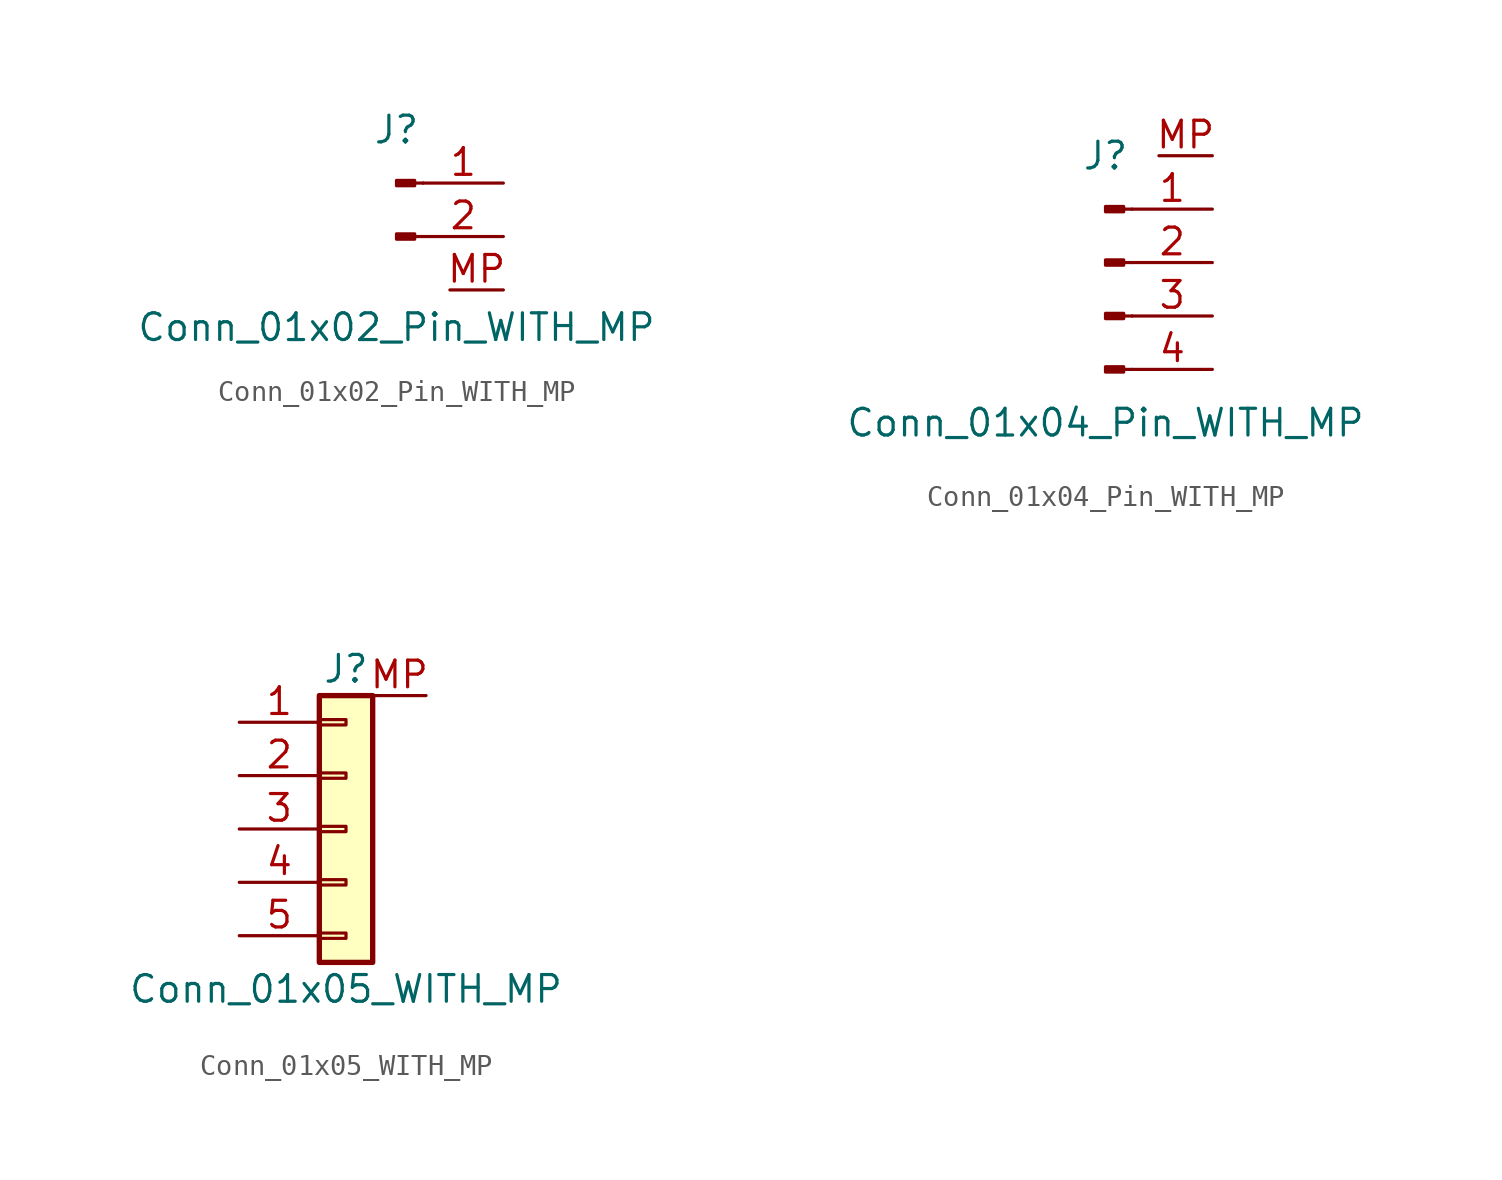
<source format=kicad_sym>
(kicad_symbol_lib
  (version 20241209)
  (generator "kicad_symbol_editor")
  (generator_version "9.0")
  (symbol "Conn_01x02_Pin_WITH_MP"
    (pin_names
      (offset 1.016)
      (hide yes))
    (property "Reference" "J"
      (at 0 2.54 0)
      (effects (font (size 1.27 1.27))))
    (property "Value" "Conn_01x02_Pin_WITH_MP"
      (at 0 -6.858 0)
      (effects (font (size 1.27 1.27))))
    (property "ki_locked" ""
      (at 0 0 0)
      (effects (font (size 1.27 1.27))))
    (symbol "Conn_01x02_Pin_WITH_MP_1_1"
      (rectangle (start 0.864 0.127) (end 0 -0.127) (stroke (width 0.152) (type default)) (fill (type outline)))
      (rectangle (start 0.864 -2.413) (end 0 -2.667) (stroke (width 0.152) (type default)) (fill (type outline)))
      (polyline (pts (xy 1.27 0) (xy 0.864 0)) (stroke (width 0.152) (type default)) (fill (type none)))
      (polyline (pts (xy 1.27 -2.54) (xy 0.864 -2.54)) (stroke (width 0.152) (type default)) (fill (type none)))
      (pin passive line (at 5.08 0 180) (length 3.81) (name "Pin_1" (effects (font (size 1.27 1.27)))) (number "1" (effects (font (size 1.27 1.27)))))
      (pin passive line (at 5.08 -2.54 180) (length 3.81) (name "Pin_2" (effects (font (size 1.27 1.27)))) (number "2" (effects (font (size 1.27 1.27)))))
      (pin unspecified line (at 5.08 -5.08 180) (length 2.54) (name "MP" (effects (font (size 1.27 1.27)))) (number "MP" (effects (font (size 1.27 1.27)))))))
  (symbol "Conn_01x04_Pin_WITH_MP"
    (pin_names
      (offset 1.016)
      (hide yes))
    (property "Reference" "J"
      (at 0 5.08 0)
      (effects (font (size 1.27 1.27))))
    (property "Value" "Conn_01x04_Pin_WITH_MP"
      (at 0 -7.62 0)
      (effects (font (size 1.27 1.27))))
    (property "ki_locked" ""
      (at 0 0 0)
      (effects (font (size 1.27 1.27))))
    (symbol "Conn_01x04_Pin_WITH_MP_1_1"
      (rectangle (start 0 2.667) (end 0.864 2.413) (stroke (width 0.152) (type default)) (fill (type outline)))
      (rectangle (start 0.864 0.127) (end 0 -0.127) (stroke (width 0.152) (type default)) (fill (type outline)))
      (rectangle (start 0.864 -2.413) (end 0 -2.667) (stroke (width 0.152) (type default)) (fill (type outline)))
      (rectangle (start 0.864 -4.953) (end 0 -5.207) (stroke (width 0.152) (type default)) (fill (type outline)))
      (polyline (pts (xy 1.27 2.54) (xy 0.864 2.54)) (stroke (width 0.152) (type default)) (fill (type none)))
      (polyline (pts (xy 1.27 0) (xy 0.864 0)) (stroke (width 0.152) (type default)) (fill (type none)))
      (polyline (pts (xy 1.27 -2.54) (xy 0.864 -2.54)) (stroke (width 0.152) (type default)) (fill (type none)))
      (polyline (pts (xy 1.27 -5.08) (xy 0.864 -5.08)) (stroke (width 0.152) (type default)) (fill (type none)))
      (pin unspecified line (at 5.08 5.08 180) (length 2.54) (name "MP" (effects (font (size 1.27 1.27)))) (number "MP" (effects (font (size 1.27 1.27)))))
      (pin passive line (at 5.08 2.54 180) (length 3.81) (name "Pin_1" (effects (font (size 1.27 1.27)))) (number "1" (effects (font (size 1.27 1.27)))))
      (pin passive line (at 5.08 0 180) (length 3.81) (name "Pin_2" (effects (font (size 1.27 1.27)))) (number "2" (effects (font (size 1.27 1.27)))))
      (pin passive line (at 5.08 -2.54 180) (length 3.81) (name "Pin_3" (effects (font (size 1.27 1.27)))) (number "3" (effects (font (size 1.27 1.27)))))
      (pin passive line (at 5.08 -5.08 180) (length 3.81) (name "Pin_4" (effects (font (size 1.27 1.27)))) (number "4" (effects (font (size 1.27 1.27)))))))
  (symbol "Conn_01x05_WITH_MP"
    (pin_names
      (offset 1.016)
      (hide yes))
    (property "Reference" "J"
      (at 0 7.62 0)
      (effects (font (size 1.27 1.27))))
    (property "Value" "Conn_01x05_WITH_MP"
      (at 0 -7.62 0)
      (effects (font (size 1.27 1.27))))
    (symbol "Conn_01x05_WITH_MP_1_1"
      (rectangle (start -1.27 6.35) (end 1.27 -6.35) (stroke (width 0.254) (type default)) (fill (type background)))
      (rectangle (start -1.27 5.207) (end 0 4.953) (stroke (width 0.152) (type default)) (fill (type none)))
      (rectangle (start -1.27 2.667) (end 0 2.413) (stroke (width 0.152) (type default)) (fill (type none)))
      (rectangle (start -1.27 0.127) (end 0 -0.127) (stroke (width 0.152) (type default)) (fill (type none)))
      (rectangle (start -1.27 -2.413) (end 0 -2.667) (stroke (width 0.152) (type default)) (fill (type none)))
      (rectangle (start -1.27 -4.953) (end 0 -5.207) (stroke (width 0.152) (type default)) (fill (type none)))
      (pin passive line (at -5.08 5.08 0) (length 3.81) (name "Pin_1" (effects (font (size 1.27 1.27)))) (number "1" (effects (font (size 1.27 1.27)))))
      (pin passive line (at -5.08 2.54 0) (length 3.81) (name "Pin_2" (effects (font (size 1.27 1.27)))) (number "2" (effects (font (size 1.27 1.27)))))
      (pin passive line (at -5.08 0 0) (length 3.81) (name "Pin_3" (effects (font (size 1.27 1.27)))) (number "3" (effects (font (size 1.27 1.27)))))
      (pin passive line (at -5.08 -2.54 0) (length 3.81) (name "Pin_4" (effects (font (size 1.27 1.27)))) (number "4" (effects (font (size 1.27 1.27)))))
      (pin passive line (at -5.08 -5.08 0) (length 3.81) (name "Pin_5" (effects (font (size 1.27 1.27)))) (number "5" (effects (font (size 1.27 1.27)))))
      (pin unspecified line (at 3.81 6.35 180) (length 2.54) (name "MP" (effects (font (size 1.27 1.27)))) (number "MP" (effects (font (size 1.27 1.27))))))))
</source>
